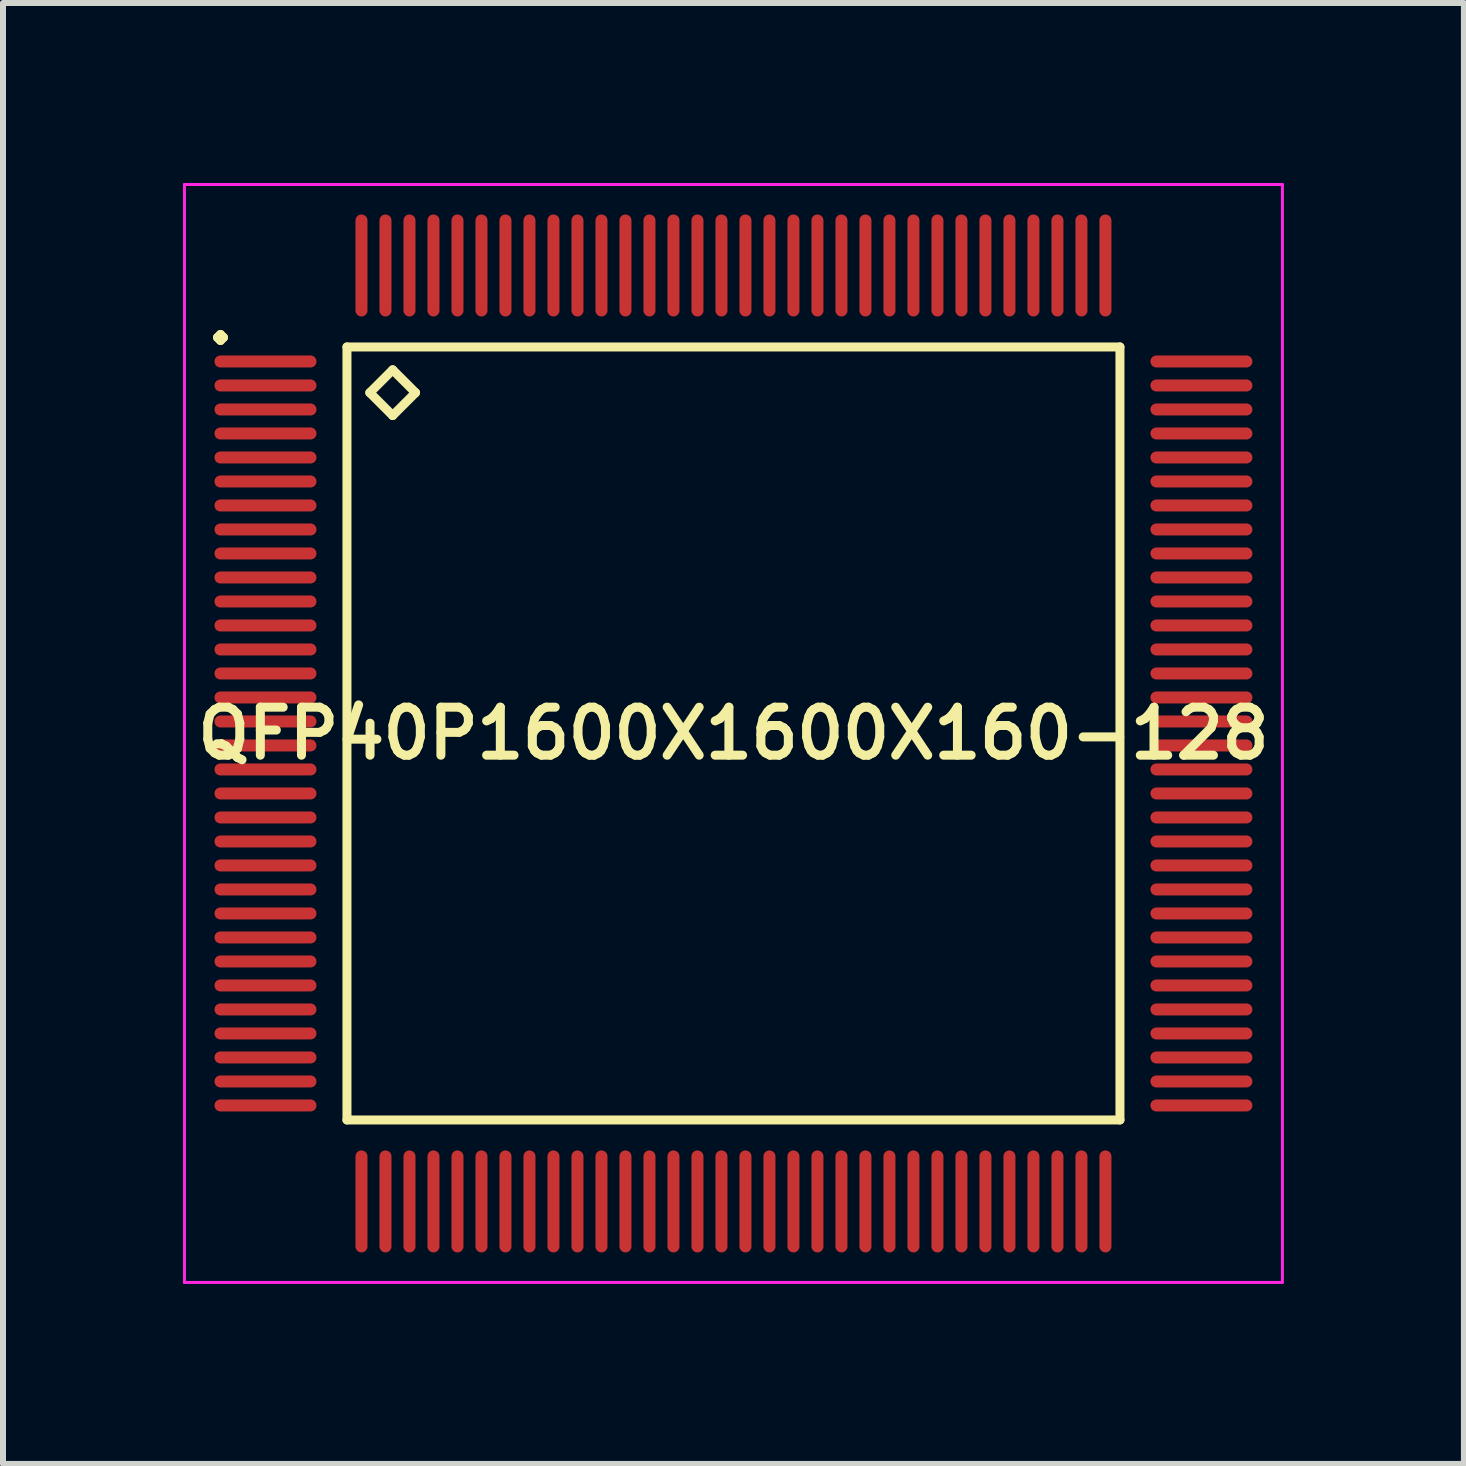
<source format=kicad_pcb>
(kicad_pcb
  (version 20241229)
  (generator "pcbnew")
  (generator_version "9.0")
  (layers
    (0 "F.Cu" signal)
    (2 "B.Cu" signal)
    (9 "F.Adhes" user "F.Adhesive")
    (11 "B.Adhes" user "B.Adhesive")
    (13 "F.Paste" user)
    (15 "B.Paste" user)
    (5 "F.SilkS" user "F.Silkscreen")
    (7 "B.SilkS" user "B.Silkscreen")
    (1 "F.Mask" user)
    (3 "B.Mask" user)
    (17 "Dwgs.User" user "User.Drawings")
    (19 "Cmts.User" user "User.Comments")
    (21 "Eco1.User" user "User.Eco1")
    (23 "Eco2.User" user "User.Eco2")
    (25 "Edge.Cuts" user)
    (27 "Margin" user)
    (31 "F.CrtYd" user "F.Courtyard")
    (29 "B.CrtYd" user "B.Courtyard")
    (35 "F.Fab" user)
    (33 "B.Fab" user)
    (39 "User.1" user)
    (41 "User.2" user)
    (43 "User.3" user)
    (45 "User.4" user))
  (footprint "QFP40P1600X1600X160-128"
    (layer "F.Cu")
    (at 9.175 9.175)
    (property "Reference" "QFP40P1600X1600X160-128" (at 0 0 0) (layer "F.SilkS") (effects (font (size 0.8 0.8) (thickness 0.15))))
    (attr smd)
    (fp_line (start -8.6 -6.6) (end -8.55 -6.65) (stroke (width 0.15) (type solid)) (layer "F.SilkS"))
    (fp_line (start -8.55 -6.65) (end -8.5 -6.6) (stroke (width 0.15) (type solid)) (layer "F.SilkS"))
    (fp_line (start -8.55 -6.55) (end -8.6 -6.6) (stroke (width 0.15) (type solid)) (layer "F.SilkS"))
    (fp_line (start -8.5 -6.6) (end -8.55 -6.55) (stroke (width 0.15) (type solid)) (layer "F.SilkS"))
    (fp_line (start -6.442 -6.442) (end -6.442 6.442) (stroke (width 0.15) (type solid)) (layer "F.SilkS"))
    (fp_line (start -6.442 6.442) (end 6.442 6.442) (stroke (width 0.15) (type solid)) (layer "F.SilkS"))
    (fp_line (start -6.061 -5.68) (end -5.68 -6.061) (stroke (width 0.15) (type solid)) (layer "F.SilkS"))
    (fp_line (start -5.68 -6.061) (end -5.299 -5.68) (stroke (width 0.15) (type solid)) (layer "F.SilkS"))
    (fp_line (start -5.68 -5.299) (end -6.061 -5.68) (stroke (width 0.15) (type solid)) (layer "F.SilkS"))
    (fp_line (start -5.299 -5.68) (end -5.68 -5.299) (stroke (width 0.15) (type solid)) (layer "F.SilkS"))
    (fp_line (start 6.442 -6.442) (end -6.442 -6.442) (stroke (width 0.15) (type solid)) (layer "F.SilkS"))
    (fp_line (start 6.442 6.442) (end 6.442 -6.442) (stroke (width 0.15) (type solid)) (layer "F.SilkS"))
    (fp_line (start -9.15 -9.15) (end 9.15 -9.15) (stroke (width 0.05) (type solid)) (layer "F.CrtYd"))
    (fp_line (start -9.15 9.15) (end -9.15 -9.15) (stroke (width 0.05) (type solid)) (layer "F.CrtYd"))
    (fp_line (start 9.15 -9.15) (end 9.15 9.15) (stroke (width 0.05) (type solid)) (layer "F.CrtYd"))
    (fp_line (start 9.15 9.15) (end -9.15 9.15) (stroke (width 0.05) (type solid)) (layer "F.CrtYd"))
    (pad "1" smd oval (at -7.8 -6.2) (size 1.7 0.2) (layers "F.Cu" "F.Mask" "F.Paste"))
    (pad "2" smd oval (at -7.8 -5.8) (size 1.7 0.2) (layers "F.Cu" "F.Mask" "F.Paste"))
    (pad "3" smd oval (at -7.8 -5.4) (size 1.7 0.2) (layers "F.Cu" "F.Mask" "F.Paste"))
    (pad "4" smd oval (at -7.8 -5) (size 1.7 0.2) (layers "F.Cu" "F.Mask" "F.Paste"))
    (pad "5" smd oval (at -7.8 -4.6) (size 1.7 0.2) (layers "F.Cu" "F.Mask" "F.Paste"))
    (pad "6" smd oval (at -7.8 -4.2) (size 1.7 0.2) (layers "F.Cu" "F.Mask" "F.Paste"))
    (pad "7" smd oval (at -7.8 -3.8) (size 1.7 0.2) (layers "F.Cu" "F.Mask" "F.Paste"))
    (pad "8" smd oval (at -7.8 -3.4) (size 1.7 0.2) (layers "F.Cu" "F.Mask" "F.Paste"))
    (pad "9" smd oval (at -7.8 -3) (size 1.7 0.2) (layers "F.Cu" "F.Mask" "F.Paste"))
    (pad "10" smd oval (at -7.8 -2.6) (size 1.7 0.2) (layers "F.Cu" "F.Mask" "F.Paste"))
    (pad "11" smd oval (at -7.8 -2.2) (size 1.7 0.2) (layers "F.Cu" "F.Mask" "F.Paste"))
    (pad "12" smd oval (at -7.8 -1.8) (size 1.7 0.2) (layers "F.Cu" "F.Mask" "F.Paste"))
    (pad "13" smd oval (at -7.8 -1.4) (size 1.7 0.2) (layers "F.Cu" "F.Mask" "F.Paste"))
    (pad "14" smd oval (at -7.8 -1) (size 1.7 0.2) (layers "F.Cu" "F.Mask" "F.Paste"))
    (pad "15" smd oval (at -7.8 -0.6) (size 1.7 0.2) (layers "F.Cu" "F.Mask" "F.Paste"))
    (pad "16" smd oval (at -7.8 -0.2) (size 1.7 0.2) (layers "F.Cu" "F.Mask" "F.Paste"))
    (pad "17" smd oval (at -7.8 0.2) (size 1.7 0.2) (layers "F.Cu" "F.Mask" "F.Paste"))
    (pad "18" smd oval (at -7.8 0.6) (size 1.7 0.2) (layers "F.Cu" "F.Mask" "F.Paste"))
    (pad "19" smd oval (at -7.8 1) (size 1.7 0.2) (layers "F.Cu" "F.Mask" "F.Paste"))
    (pad "20" smd oval (at -7.8 1.4) (size 1.7 0.2) (layers "F.Cu" "F.Mask" "F.Paste"))
    (pad "21" smd oval (at -7.8 1.8) (size 1.7 0.2) (layers "F.Cu" "F.Mask" "F.Paste"))
    (pad "22" smd oval (at -7.8 2.2) (size 1.7 0.2) (layers "F.Cu" "F.Mask" "F.Paste"))
    (pad "23" smd oval (at -7.8 2.6) (size 1.7 0.2) (layers "F.Cu" "F.Mask" "F.Paste"))
    (pad "24" smd oval (at -7.8 3) (size 1.7 0.2) (layers "F.Cu" "F.Mask" "F.Paste"))
    (pad "25" smd oval (at -7.8 3.4) (size 1.7 0.2) (layers "F.Cu" "F.Mask" "F.Paste"))
    (pad "26" smd oval (at -7.8 3.8) (size 1.7 0.2) (layers "F.Cu" "F.Mask" "F.Paste"))
    (pad "27" smd oval (at -7.8 4.2) (size 1.7 0.2) (layers "F.Cu" "F.Mask" "F.Paste"))
    (pad "28" smd oval (at -7.8 4.6) (size 1.7 0.2) (layers "F.Cu" "F.Mask" "F.Paste"))
    (pad "29" smd oval (at -7.8 5) (size 1.7 0.2) (layers "F.Cu" "F.Mask" "F.Paste"))
    (pad "30" smd oval (at -7.8 5.4) (size 1.7 0.2) (layers "F.Cu" "F.Mask" "F.Paste"))
    (pad "31" smd oval (at -7.8 5.8) (size 1.7 0.2) (layers "F.Cu" "F.Mask" "F.Paste"))
    (pad "32" smd oval (at -7.8 6.2) (size 1.7 0.2) (layers "F.Cu" "F.Mask" "F.Paste"))
    (pad "33" smd oval (at -6.2 7.8) (size 0.2 1.7) (layers "F.Cu" "F.Mask" "F.Paste"))
    (pad "34" smd oval (at -5.8 7.8) (size 0.2 1.7) (layers "F.Cu" "F.Mask" "F.Paste"))
    (pad "35" smd oval (at -5.4 7.8) (size 0.2 1.7) (layers "F.Cu" "F.Mask" "F.Paste"))
    (pad "36" smd oval (at -5 7.8) (size 0.2 1.7) (layers "F.Cu" "F.Mask" "F.Paste"))
    (pad "37" smd oval (at -4.6 7.8) (size 0.2 1.7) (layers "F.Cu" "F.Mask" "F.Paste"))
    (pad "38" smd oval (at -4.2 7.8) (size 0.2 1.7) (layers "F.Cu" "F.Mask" "F.Paste"))
    (pad "39" smd oval (at -3.8 7.8) (size 0.2 1.7) (layers "F.Cu" "F.Mask" "F.Paste"))
    (pad "40" smd oval (at -3.4 7.8) (size 0.2 1.7) (layers "F.Cu" "F.Mask" "F.Paste"))
    (pad "41" smd oval (at -3 7.8) (size 0.2 1.7) (layers "F.Cu" "F.Mask" "F.Paste"))
    (pad "42" smd oval (at -2.6 7.8) (size 0.2 1.7) (layers "F.Cu" "F.Mask" "F.Paste"))
    (pad "43" smd oval (at -2.2 7.8) (size 0.2 1.7) (layers "F.Cu" "F.Mask" "F.Paste"))
    (pad "44" smd oval (at -1.8 7.8) (size 0.2 1.7) (layers "F.Cu" "F.Mask" "F.Paste"))
    (pad "45" smd oval (at -1.4 7.8) (size 0.2 1.7) (layers "F.Cu" "F.Mask" "F.Paste"))
    (pad "46" smd oval (at -1 7.8) (size 0.2 1.7) (layers "F.Cu" "F.Mask" "F.Paste"))
    (pad "47" smd oval (at -0.6 7.8) (size 0.2 1.7) (layers "F.Cu" "F.Mask" "F.Paste"))
    (pad "48" smd oval (at -0.2 7.8) (size 0.2 1.7) (layers "F.Cu" "F.Mask" "F.Paste"))
    (pad "49" smd oval (at 0.2 7.8) (size 0.2 1.7) (layers "F.Cu" "F.Mask" "F.Paste"))
    (pad "50" smd oval (at 0.6 7.8) (size 0.2 1.7) (layers "F.Cu" "F.Mask" "F.Paste"))
    (pad "51" smd oval (at 1 7.8) (size 0.2 1.7) (layers "F.Cu" "F.Mask" "F.Paste"))
    (pad "52" smd oval (at 1.4 7.8) (size 0.2 1.7) (layers "F.Cu" "F.Mask" "F.Paste"))
    (pad "53" smd oval (at 1.8 7.8) (size 0.2 1.7) (layers "F.Cu" "F.Mask" "F.Paste"))
    (pad "54" smd oval (at 2.2 7.8) (size 0.2 1.7) (layers "F.Cu" "F.Mask" "F.Paste"))
    (pad "55" smd oval (at 2.6 7.8) (size 0.2 1.7) (layers "F.Cu" "F.Mask" "F.Paste"))
    (pad "56" smd oval (at 3 7.8) (size 0.2 1.7) (layers "F.Cu" "F.Mask" "F.Paste"))
    (pad "57" smd oval (at 3.4 7.8) (size 0.2 1.7) (layers "F.Cu" "F.Mask" "F.Paste"))
    (pad "58" smd oval (at 3.8 7.8) (size 0.2 1.7) (layers "F.Cu" "F.Mask" "F.Paste"))
    (pad "59" smd oval (at 4.2 7.8) (size 0.2 1.7) (layers "F.Cu" "F.Mask" "F.Paste"))
    (pad "60" smd oval (at 4.6 7.8) (size 0.2 1.7) (layers "F.Cu" "F.Mask" "F.Paste"))
    (pad "61" smd oval (at 5 7.8) (size 0.2 1.7) (layers "F.Cu" "F.Mask" "F.Paste"))
    (pad "62" smd oval (at 5.4 7.8) (size 0.2 1.7) (layers "F.Cu" "F.Mask" "F.Paste"))
    (pad "63" smd oval (at 5.8 7.8) (size 0.2 1.7) (layers "F.Cu" "F.Mask" "F.Paste"))
    (pad "64" smd oval (at 6.2 7.8) (size 0.2 1.7) (layers "F.Cu" "F.Mask" "F.Paste"))
    (pad "65" smd oval (at 7.8 6.2) (size 1.7 0.2) (layers "F.Cu" "F.Mask" "F.Paste"))
    (pad "66" smd oval (at 7.8 5.8) (size 1.7 0.2) (layers "F.Cu" "F.Mask" "F.Paste"))
    (pad "67" smd oval (at 7.8 5.4) (size 1.7 0.2) (layers "F.Cu" "F.Mask" "F.Paste"))
    (pad "68" smd oval (at 7.8 5) (size 1.7 0.2) (layers "F.Cu" "F.Mask" "F.Paste"))
    (pad "69" smd oval (at 7.8 4.6) (size 1.7 0.2) (layers "F.Cu" "F.Mask" "F.Paste"))
    (pad "70" smd oval (at 7.8 4.2) (size 1.7 0.2) (layers "F.Cu" "F.Mask" "F.Paste"))
    (pad "71" smd oval (at 7.8 3.8) (size 1.7 0.2) (layers "F.Cu" "F.Mask" "F.Paste"))
    (pad "72" smd oval (at 7.8 3.4) (size 1.7 0.2) (layers "F.Cu" "F.Mask" "F.Paste"))
    (pad "73" smd oval (at 7.8 3) (size 1.7 0.2) (layers "F.Cu" "F.Mask" "F.Paste"))
    (pad "74" smd oval (at 7.8 2.6) (size 1.7 0.2) (layers "F.Cu" "F.Mask" "F.Paste"))
    (pad "75" smd oval (at 7.8 2.2) (size 1.7 0.2) (layers "F.Cu" "F.Mask" "F.Paste"))
    (pad "76" smd oval (at 7.8 1.8) (size 1.7 0.2) (layers "F.Cu" "F.Mask" "F.Paste"))
    (pad "77" smd oval (at 7.8 1.4) (size 1.7 0.2) (layers "F.Cu" "F.Mask" "F.Paste"))
    (pad "78" smd oval (at 7.8 1) (size 1.7 0.2) (layers "F.Cu" "F.Mask" "F.Paste"))
    (pad "79" smd oval (at 7.8 0.6) (size 1.7 0.2) (layers "F.Cu" "F.Mask" "F.Paste"))
    (pad "80" smd oval (at 7.8 0.2) (size 1.7 0.2) (layers "F.Cu" "F.Mask" "F.Paste"))
    (pad "81" smd oval (at 7.8 -0.2) (size 1.7 0.2) (layers "F.Cu" "F.Mask" "F.Paste"))
    (pad "82" smd oval (at 7.8 -0.6) (size 1.7 0.2) (layers "F.Cu" "F.Mask" "F.Paste"))
    (pad "83" smd oval (at 7.8 -1) (size 1.7 0.2) (layers "F.Cu" "F.Mask" "F.Paste"))
    (pad "84" smd oval (at 7.8 -1.4) (size 1.7 0.2) (layers "F.Cu" "F.Mask" "F.Paste"))
    (pad "85" smd oval (at 7.8 -1.8) (size 1.7 0.2) (layers "F.Cu" "F.Mask" "F.Paste"))
    (pad "86" smd oval (at 7.8 -2.2) (size 1.7 0.2) (layers "F.Cu" "F.Mask" "F.Paste"))
    (pad "87" smd oval (at 7.8 -2.6) (size 1.7 0.2) (layers "F.Cu" "F.Mask" "F.Paste"))
    (pad "88" smd oval (at 7.8 -3) (size 1.7 0.2) (layers "F.Cu" "F.Mask" "F.Paste"))
    (pad "89" smd oval (at 7.8 -3.4) (size 1.7 0.2) (layers "F.Cu" "F.Mask" "F.Paste"))
    (pad "90" smd oval (at 7.8 -3.8) (size 1.7 0.2) (layers "F.Cu" "F.Mask" "F.Paste"))
    (pad "91" smd oval (at 7.8 -4.2) (size 1.7 0.2) (layers "F.Cu" "F.Mask" "F.Paste"))
    (pad "92" smd oval (at 7.8 -4.6) (size 1.7 0.2) (layers "F.Cu" "F.Mask" "F.Paste"))
    (pad "93" smd oval (at 7.8 -5) (size 1.7 0.2) (layers "F.Cu" "F.Mask" "F.Paste"))
    (pad "94" smd oval (at 7.8 -5.4) (size 1.7 0.2) (layers "F.Cu" "F.Mask" "F.Paste"))
    (pad "95" smd oval (at 7.8 -5.8) (size 1.7 0.2) (layers "F.Cu" "F.Mask" "F.Paste"))
    (pad "96" smd oval (at 7.8 -6.2) (size 1.7 0.2) (layers "F.Cu" "F.Mask" "F.Paste"))
    (pad "97" smd oval (at 6.2 -7.8) (size 0.2 1.7) (layers "F.Cu" "F.Mask" "F.Paste"))
    (pad "98" smd oval (at 5.8 -7.8) (size 0.2 1.7) (layers "F.Cu" "F.Mask" "F.Paste"))
    (pad "99" smd oval (at 5.4 -7.8) (size 0.2 1.7) (layers "F.Cu" "F.Mask" "F.Paste"))
    (pad "100" smd oval (at 5 -7.8) (size 0.2 1.7) (layers "F.Cu" "F.Mask" "F.Paste"))
    (pad "101" smd oval (at 4.6 -7.8) (size 0.2 1.7) (layers "F.Cu" "F.Mask" "F.Paste"))
    (pad "102" smd oval (at 4.2 -7.8) (size 0.2 1.7) (layers "F.Cu" "F.Mask" "F.Paste"))
    (pad "103" smd oval (at 3.8 -7.8) (size 0.2 1.7) (layers "F.Cu" "F.Mask" "F.Paste"))
    (pad "104" smd oval (at 3.4 -7.8) (size 0.2 1.7) (layers "F.Cu" "F.Mask" "F.Paste"))
    (pad "105" smd oval (at 3 -7.8) (size 0.2 1.7) (layers "F.Cu" "F.Mask" "F.Paste"))
    (pad "106" smd oval (at 2.6 -7.8) (size 0.2 1.7) (layers "F.Cu" "F.Mask" "F.Paste"))
    (pad "107" smd oval (at 2.2 -7.8) (size 0.2 1.7) (layers "F.Cu" "F.Mask" "F.Paste"))
    (pad "108" smd oval (at 1.8 -7.8) (size 0.2 1.7) (layers "F.Cu" "F.Mask" "F.Paste"))
    (pad "109" smd oval (at 1.4 -7.8) (size 0.2 1.7) (layers "F.Cu" "F.Mask" "F.Paste"))
    (pad "110" smd oval (at 1 -7.8) (size 0.2 1.7) (layers "F.Cu" "F.Mask" "F.Paste"))
    (pad "111" smd oval (at 0.6 -7.8) (size 0.2 1.7) (layers "F.Cu" "F.Mask" "F.Paste"))
    (pad "112" smd oval (at 0.2 -7.8) (size 0.2 1.7) (layers "F.Cu" "F.Mask" "F.Paste"))
    (pad "113" smd oval (at -0.2 -7.8) (size 0.2 1.7) (layers "F.Cu" "F.Mask" "F.Paste"))
    (pad "114" smd oval (at -0.6 -7.8) (size 0.2 1.7) (layers "F.Cu" "F.Mask" "F.Paste"))
    (pad "115" smd oval (at -1 -7.8) (size 0.2 1.7) (layers "F.Cu" "F.Mask" "F.Paste"))
    (pad "116" smd oval (at -1.4 -7.8) (size 0.2 1.7) (layers "F.Cu" "F.Mask" "F.Paste"))
    (pad "117" smd oval (at -1.8 -7.8) (size 0.2 1.7) (layers "F.Cu" "F.Mask" "F.Paste"))
    (pad "118" smd oval (at -2.2 -7.8) (size 0.2 1.7) (layers "F.Cu" "F.Mask" "F.Paste"))
    (pad "119" smd oval (at -2.6 -7.8) (size 0.2 1.7) (layers "F.Cu" "F.Mask" "F.Paste"))
    (pad "120" smd oval (at -3 -7.8) (size 0.2 1.7) (layers "F.Cu" "F.Mask" "F.Paste"))
    (pad "121" smd oval (at -3.4 -7.8) (size 0.2 1.7) (layers "F.Cu" "F.Mask" "F.Paste"))
    (pad "122" smd oval (at -3.8 -7.8) (size 0.2 1.7) (layers "F.Cu" "F.Mask" "F.Paste"))
    (pad "123" smd oval (at -4.2 -7.8) (size 0.2 1.7) (layers "F.Cu" "F.Mask" "F.Paste"))
    (pad "124" smd oval (at -4.6 -7.8) (size 0.2 1.7) (layers "F.Cu" "F.Mask" "F.Paste"))
    (pad "125" smd oval (at -5 -7.8) (size 0.2 1.7) (layers "F.Cu" "F.Mask" "F.Paste"))
    (pad "126" smd oval (at -5.4 -7.8) (size 0.2 1.7) (layers "F.Cu" "F.Mask" "F.Paste"))
    (pad "127" smd oval (at -5.8 -7.8) (size 0.2 1.7) (layers "F.Cu" "F.Mask" "F.Paste"))
    (pad "128" smd oval (at -6.2 -7.8) (size 0.2 1.7) (layers "F.Cu" "F.Mask" "F.Paste")))
  (gr_rect
    (start -3 -3)
    (end 21.35 21.35)
    (stroke (width 0.1) (type default))
    (fill no)
    (layer "Edge.Cuts")))
</source>
